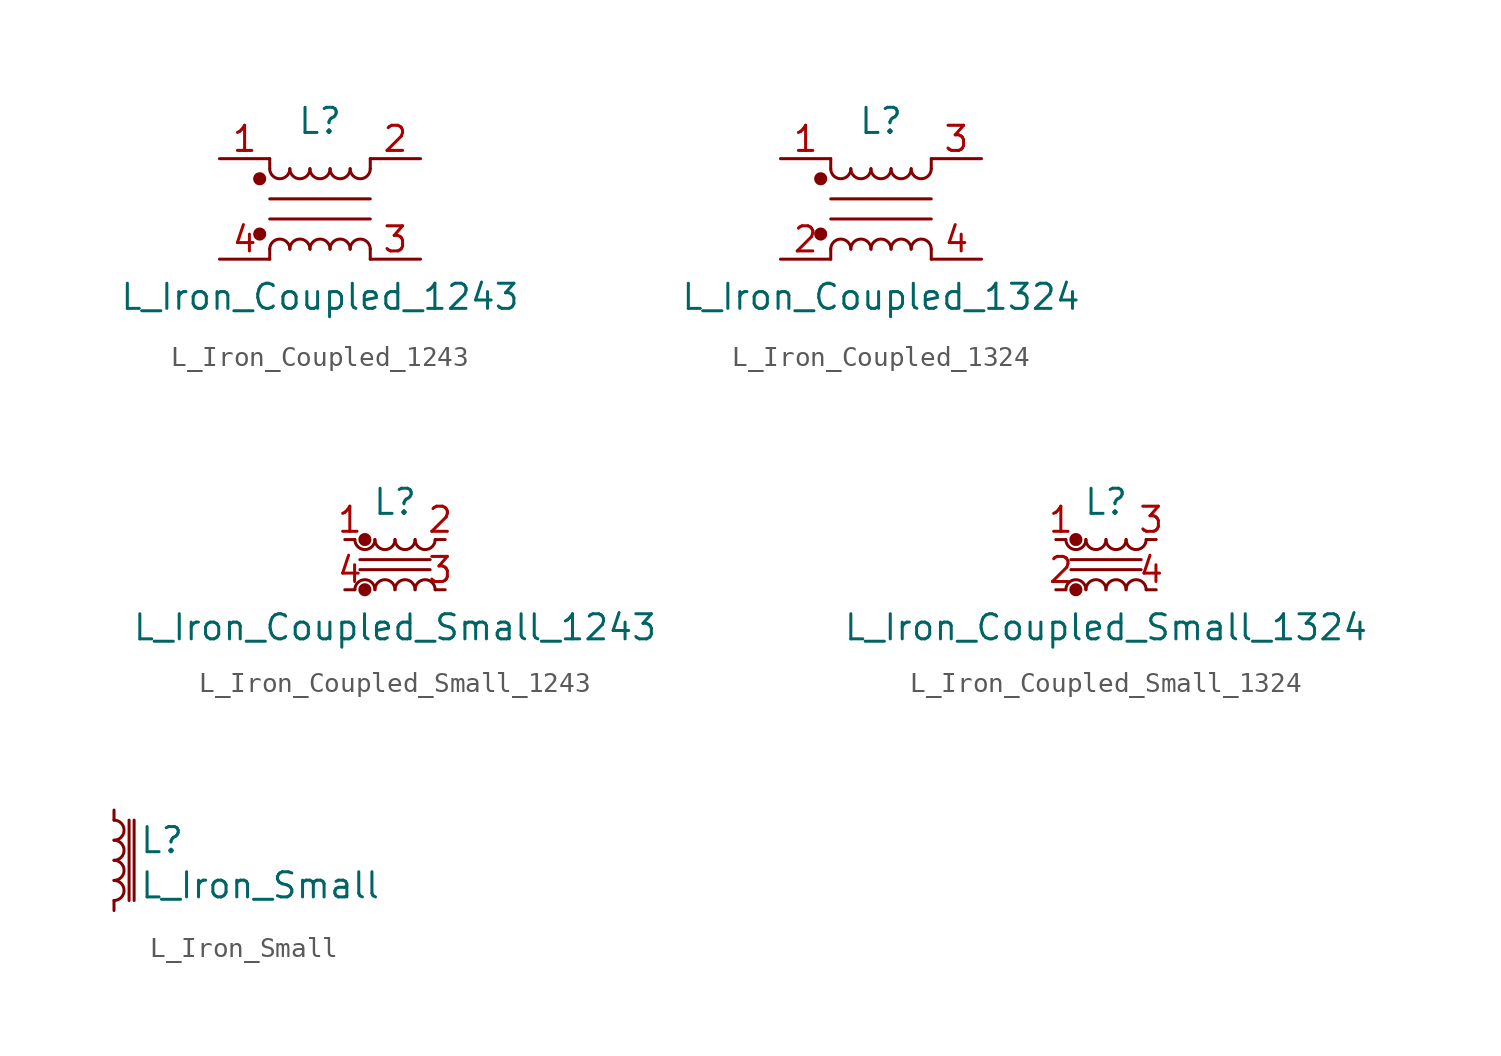
<source format=kicad_sym>
(kicad_symbol_lib
  (version 20220914)
  (generator kicad_symbol_editor)
  (symbol "L_Iron_Coupled_1243"
    (pin_names
      (offset 0.254) hide)
    (property "Reference" "L"
      (at 0 4.445 0)
      (effects (font (size 1.27 1.27))))
    (property "Value" "L_Iron_Coupled_1243"
      (at 0 -4.445 0)
      (effects (font (size 1.27 1.27))))
    (symbol "L_Iron_Coupled_1243_0_1"
      (circle (center -3.048 -1.27) (radius 0.254) (stroke (width 0) (type default)) (fill (type outline)))
      (circle (center -3.048 1.524) (radius 0.254) (stroke (width 0) (type default)) (fill (type outline)))
      (arc (start -2.54 2.032) (mid -2.032 1.5262) (end -1.524 2.032) (stroke (width 0) (type default)) (fill (type none)))
      (arc (start -1.524 -2.032) (mid -2.032 -1.5262) (end -2.54 -2.032) (stroke (width 0) (type default)) (fill (type none)))
      (arc (start -1.524 2.032) (mid -1.016 1.5262) (end -0.508 2.032) (stroke (width 0) (type default)) (fill (type none)))
      (arc (start -0.508 -2.032) (mid -1.016 -1.5262) (end -1.524 -2.032) (stroke (width 0) (type default)) (fill (type none)))
      (arc (start -0.508 2.032) (mid 0 1.5262) (end 0.508 2.032) (stroke (width 0) (type default)) (fill (type none)))
      (polyline (pts (xy -2.54 -2.032) (xy -2.54 -2.54)) (stroke (width 0) (type default)) (fill (type none)))
      (polyline (pts (xy -2.54 0.508) (xy 2.54 0.508)) (stroke (width 0) (type default)) (fill (type none)))
      (polyline (pts (xy -2.54 2.032) (xy -2.54 2.54)) (stroke (width 0) (type default)) (fill (type none)))
      (polyline (pts (xy 2.54 -2.032) (xy 2.54 -2.54)) (stroke (width 0) (type default)) (fill (type none)))
      (polyline (pts (xy 2.54 -0.508) (xy -2.54 -0.508)) (stroke (width 0) (type default)) (fill (type none)))
      (polyline (pts (xy 2.54 2.54) (xy 2.54 2.032)) (stroke (width 0) (type default)) (fill (type none)))
      (arc (start 0.508 -2.032) (mid 0 -1.5262) (end -0.508 -2.032) (stroke (width 0) (type default)) (fill (type none)))
      (arc (start 0.508 2.032) (mid 1.016 1.5262) (end 1.524 2.032) (stroke (width 0) (type default)) (fill (type none)))
      (arc (start 1.524 -2.032) (mid 1.016 -1.5262) (end 0.508 -2.032) (stroke (width 0) (type default)) (fill (type none)))
      (arc (start 1.524 2.032) (mid 2.032 1.5262) (end 2.54 2.032) (stroke (width 0) (type default)) (fill (type none)))
      (arc (start 2.54 -2.032) (mid 2.032 -1.5262) (end 1.524 -2.032) (stroke (width 0) (type default)) (fill (type none))))
    (symbol "L_Iron_Coupled_1243_1_1"
      (pin passive line (at -5.08 2.54 0) (length 2.54) (name "1" (effects (font (size 1.27 1.27)))) (number "1" (effects (font (size 1.27 1.27)))))
      (pin passive line (at 5.08 2.54 180) (length 2.54) (name "2" (effects (font (size 1.27 1.27)))) (number "2" (effects (font (size 1.27 1.27)))))
      (pin passive line (at 5.08 -2.54 180) (length 2.54) (name "3" (effects (font (size 1.27 1.27)))) (number "3" (effects (font (size 1.27 1.27)))))
      (pin passive line (at -5.08 -2.54 0) (length 2.54) (name "4" (effects (font (size 1.27 1.27)))) (number "4" (effects (font (size 1.27 1.27)))))))
  (symbol "L_Iron_Coupled_1324"
    (pin_names
      (offset 0.254) hide)
    (property "Reference" "L"
      (at 0 4.445 0)
      (effects (font (size 1.27 1.27))))
    (property "Value" "L_Iron_Coupled_1324"
      (at 0 -4.445 0)
      (effects (font (size 1.27 1.27))))
    (symbol "L_Iron_Coupled_1324_0_1"
      (circle (center -3.048 -1.27) (radius 0.254) (stroke (width 0) (type default)) (fill (type outline)))
      (circle (center -3.048 1.524) (radius 0.254) (stroke (width 0) (type default)) (fill (type outline)))
      (arc (start -2.54 2.032) (mid -2.032 1.5262) (end -1.524 2.032) (stroke (width 0) (type default)) (fill (type none)))
      (arc (start -1.524 -2.032) (mid -2.032 -1.5262) (end -2.54 -2.032) (stroke (width 0) (type default)) (fill (type none)))
      (arc (start -1.524 2.032) (mid -1.016 1.5262) (end -0.508 2.032) (stroke (width 0) (type default)) (fill (type none)))
      (arc (start -0.508 -2.032) (mid -1.016 -1.5262) (end -1.524 -2.032) (stroke (width 0) (type default)) (fill (type none)))
      (arc (start -0.508 2.032) (mid 0 1.5262) (end 0.508 2.032) (stroke (width 0) (type default)) (fill (type none)))
      (polyline (pts (xy -2.54 -2.032) (xy -2.54 -2.54)) (stroke (width 0) (type default)) (fill (type none)))
      (polyline (pts (xy -2.54 0.508) (xy 2.54 0.508)) (stroke (width 0) (type default)) (fill (type none)))
      (polyline (pts (xy -2.54 2.032) (xy -2.54 2.54)) (stroke (width 0) (type default)) (fill (type none)))
      (polyline (pts (xy 2.54 -2.032) (xy 2.54 -2.54)) (stroke (width 0) (type default)) (fill (type none)))
      (polyline (pts (xy 2.54 -0.508) (xy -2.54 -0.508)) (stroke (width 0) (type default)) (fill (type none)))
      (polyline (pts (xy 2.54 2.54) (xy 2.54 2.032)) (stroke (width 0) (type default)) (fill (type none)))
      (arc (start 0.508 -2.032) (mid 0 -1.5262) (end -0.508 -2.032) (stroke (width 0) (type default)) (fill (type none)))
      (arc (start 0.508 2.032) (mid 1.016 1.5262) (end 1.524 2.032) (stroke (width 0) (type default)) (fill (type none)))
      (arc (start 1.524 -2.032) (mid 1.016 -1.5262) (end 0.508 -2.032) (stroke (width 0) (type default)) (fill (type none)))
      (arc (start 1.524 2.032) (mid 2.032 1.5262) (end 2.54 2.032) (stroke (width 0) (type default)) (fill (type none)))
      (arc (start 2.54 -2.032) (mid 2.032 -1.5262) (end 1.524 -2.032) (stroke (width 0) (type default)) (fill (type none))))
    (symbol "L_Iron_Coupled_1324_1_1"
      (pin passive line (at -5.08 2.54 0) (length 2.54) (name "1" (effects (font (size 1.27 1.27)))) (number "1" (effects (font (size 1.27 1.27)))))
      (pin passive line (at -5.08 -2.54 0) (length 2.54) (name "2" (effects (font (size 1.27 1.27)))) (number "2" (effects (font (size 1.27 1.27)))))
      (pin passive line (at 5.08 2.54 180) (length 2.54) (name "3" (effects (font (size 1.27 1.27)))) (number "3" (effects (font (size 1.27 1.27)))))
      (pin passive line (at 5.08 -2.54 180) (length 2.54) (name "4" (effects (font (size 1.27 1.27)))) (number "4" (effects (font (size 1.27 1.27)))))))
  (symbol "L_Iron_Coupled_Small_1243"
    (pin_names
      (offset 0.254) hide)
    (property "Reference" "L"
      (at 0 3.175 0)
      (effects (font (size 1.27 1.27))))
    (property "Value" "L_Iron_Coupled_Small_1243"
      (at 0 -3.175 0)
      (effects (font (size 1.27 1.27))))
    (symbol "L_Iron_Coupled_Small_1243_0_1"
      (arc (start -2.032 1.27) (mid -1.524 0.7642) (end -1.016 1.27) (stroke (width 0) (type default)) (fill (type none)))
      (circle (center -1.524 -1.27) (radius 0.254) (stroke (width 0) (type default)) (fill (type outline)))
      (circle (center -1.524 1.27) (radius 0.254) (stroke (width 0) (type default)) (fill (type outline)))
      (arc (start -1.016 -1.27) (mid -1.524 -0.7642) (end -2.032 -1.27) (stroke (width 0) (type default)) (fill (type none)))
      (arc (start -1.016 1.27) (mid -0.508 0.7642) (end 0 1.27) (stroke (width 0) (type default)) (fill (type none)))
      (arc (start 0 -1.27) (mid -0.508 -0.7642) (end -1.016 -1.27) (stroke (width 0) (type default)) (fill (type none)))
      (polyline (pts (xy 1.778 -0.254) (xy -1.778 -0.254)) (stroke (width 0) (type default)) (fill (type none)))
      (polyline (pts (xy 1.778 0.254) (xy -1.778 0.254)) (stroke (width 0) (type default)) (fill (type none)))
      (arc (start 0 1.27) (mid 0.508 0.7642) (end 1.016 1.27) (stroke (width 0) (type default)) (fill (type none)))
      (arc (start 1.016 -1.27) (mid 0.508 -0.7642) (end 0 -1.27) (stroke (width 0) (type default)) (fill (type none)))
      (arc (start 1.016 1.27) (mid 1.524 0.7642) (end 2.032 1.27) (stroke (width 0) (type default)) (fill (type none)))
      (arc (start 2.032 -1.27) (mid 1.524 -0.7642) (end 1.016 -1.27) (stroke (width 0) (type default)) (fill (type none))))
    (symbol "L_Iron_Coupled_Small_1243_1_1"
      (pin passive line (at -2.54 1.27 0) (length 0.508) (name "1" (effects (font (size 1.27 1.27)))) (number "1" (effects (font (size 1.27 1.27)))))
      (pin passive line (at 2.54 1.27 180) (length 0.508) (name "2" (effects (font (size 1.27 1.27)))) (number "2" (effects (font (size 1.27 1.27)))))
      (pin passive line (at 2.54 -1.27 180) (length 0.508) (name "3" (effects (font (size 1.27 1.27)))) (number "3" (effects (font (size 1.27 1.27)))))
      (pin passive line (at -2.54 -1.27 0) (length 0.508) (name "4" (effects (font (size 1.27 1.27)))) (number "4" (effects (font (size 1.27 1.27)))))))
  (symbol "L_Iron_Coupled_Small_1324"
    (pin_names
      (offset 0.254) hide)
    (property "Reference" "L"
      (at 0 3.175 0)
      (effects (font (size 1.27 1.27))))
    (property "Value" "L_Iron_Coupled_Small_1324"
      (at 0 -3.175 0)
      (effects (font (size 1.27 1.27))))
    (symbol "L_Iron_Coupled_Small_1324_0_1"
      (arc (start -2.032 1.27) (mid -1.524 0.7642) (end -1.016 1.27) (stroke (width 0) (type default)) (fill (type none)))
      (circle (center -1.524 -1.27) (radius 0.254) (stroke (width 0) (type default)) (fill (type outline)))
      (circle (center -1.524 1.27) (radius 0.254) (stroke (width 0) (type default)) (fill (type outline)))
      (arc (start -1.016 -1.27) (mid -1.524 -0.7642) (end -2.032 -1.27) (stroke (width 0) (type default)) (fill (type none)))
      (arc (start -1.016 1.27) (mid -0.508 0.7642) (end 0 1.27) (stroke (width 0) (type default)) (fill (type none)))
      (arc (start 0 -1.27) (mid -0.508 -0.7642) (end -1.016 -1.27) (stroke (width 0) (type default)) (fill (type none)))
      (polyline (pts (xy 1.778 -0.254) (xy -1.778 -0.254)) (stroke (width 0) (type default)) (fill (type none)))
      (polyline (pts (xy 1.778 0.254) (xy -1.778 0.254)) (stroke (width 0) (type default)) (fill (type none)))
      (arc (start 0 1.27) (mid 0.508 0.7642) (end 1.016 1.27) (stroke (width 0) (type default)) (fill (type none)))
      (arc (start 1.016 -1.27) (mid 0.508 -0.7642) (end 0 -1.27) (stroke (width 0) (type default)) (fill (type none)))
      (arc (start 1.016 1.27) (mid 1.524 0.7642) (end 2.032 1.27) (stroke (width 0) (type default)) (fill (type none)))
      (arc (start 2.032 -1.27) (mid 1.524 -0.7642) (end 1.016 -1.27) (stroke (width 0) (type default)) (fill (type none))))
    (symbol "L_Iron_Coupled_Small_1324_1_1"
      (pin passive line (at -2.54 1.27 0) (length 0.508) (name "1" (effects (font (size 1.27 1.27)))) (number "1" (effects (font (size 1.27 1.27)))))
      (pin passive line (at -2.54 -1.27 0) (length 0.508) (name "2" (effects (font (size 1.27 1.27)))) (number "2" (effects (font (size 1.27 1.27)))))
      (pin passive line (at 2.54 1.27 180) (length 0.508) (name "3" (effects (font (size 1.27 1.27)))) (number "3" (effects (font (size 1.27 1.27)))))
      (pin passive line (at 2.54 -1.27 180) (length 0.508) (name "4" (effects (font (size 1.27 1.27)))) (number "4" (effects (font (size 1.27 1.27)))))))
  (symbol "L_Iron_Small"
    (pin_numbers hide)
    (pin_names
      (offset 0.254) hide)
    (property "Reference" "L"
      (at 1.27 1.016 0)
      (effects (font (size 1.27 1.27)) (justify left)))
    (property "Value" "L_Iron_Small"
      (at 1.27 -1.27 0)
      (effects (font (size 1.27 1.27)) (justify left)))
    (symbol "L_Iron_Small_0_1"
      (arc (start 0 -2.032) (mid 0.5058 -1.524) (end 0 -1.016) (stroke (width 0) (type default)) (fill (type none)))
      (arc (start 0 -1.016) (mid 0.5058 -0.508) (end 0 0) (stroke (width 0) (type default)) (fill (type none)))
      (polyline (pts (xy 0.762 2.032) (xy 0.762 -2.032)) (stroke (width 0) (type default)) (fill (type none)))
      (polyline (pts (xy 1.016 -2.032) (xy 1.016 2.032)) (stroke (width 0) (type default)) (fill (type none)))
      (arc (start 0 0) (mid 0.5058 0.508) (end 0 1.016) (stroke (width 0) (type default)) (fill (type none)))
      (arc (start 0 1.016) (mid 0.5058 1.524) (end 0 2.032) (stroke (width 0) (type default)) (fill (type none))))
    (symbol "L_Iron_Small_1_1"
      (pin passive line (at 0 2.54 270) (length 0.508) (name "~" (effects (font (size 1.27 1.27)))) (number "1" (effects (font (size 1.27 1.27)))))
      (pin passive line (at 0 -2.54 90) (length 0.508) (name "~" (effects (font (size 1.27 1.27)))) (number "2" (effects (font (size 1.27 1.27))))))))
</source>
